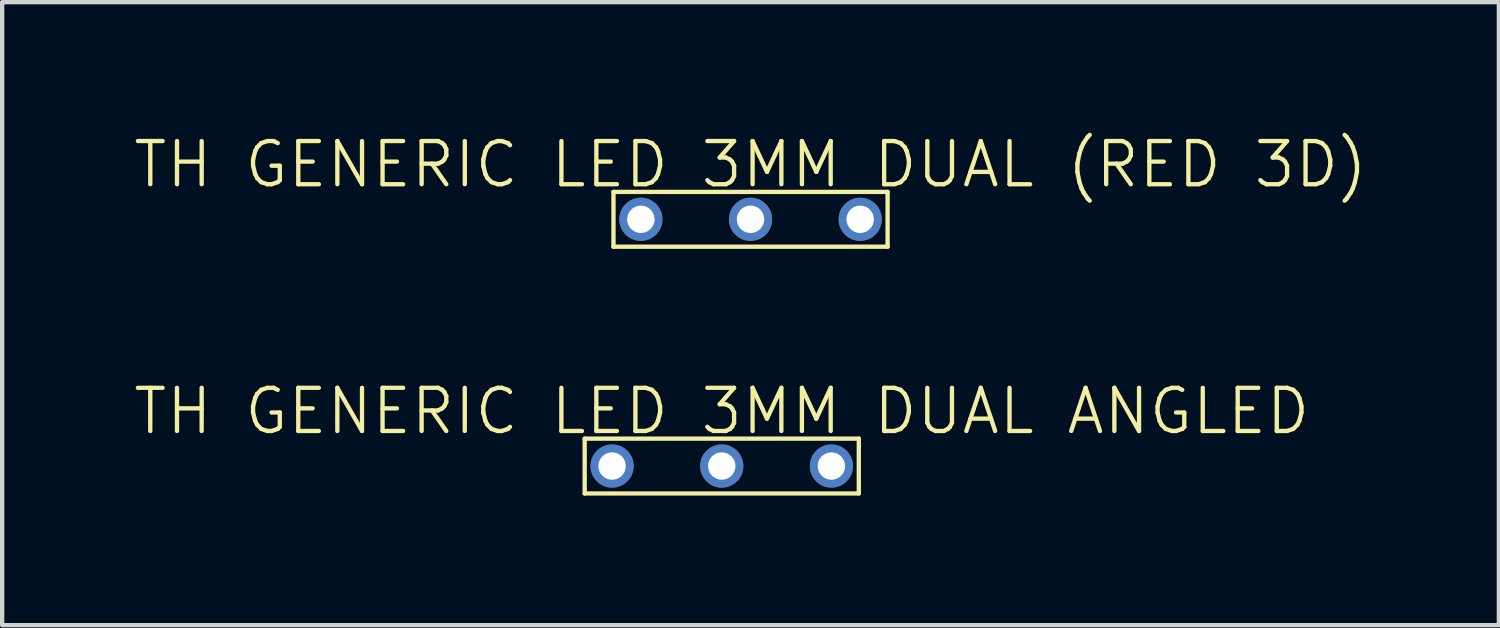
<source format=kicad_pcb>
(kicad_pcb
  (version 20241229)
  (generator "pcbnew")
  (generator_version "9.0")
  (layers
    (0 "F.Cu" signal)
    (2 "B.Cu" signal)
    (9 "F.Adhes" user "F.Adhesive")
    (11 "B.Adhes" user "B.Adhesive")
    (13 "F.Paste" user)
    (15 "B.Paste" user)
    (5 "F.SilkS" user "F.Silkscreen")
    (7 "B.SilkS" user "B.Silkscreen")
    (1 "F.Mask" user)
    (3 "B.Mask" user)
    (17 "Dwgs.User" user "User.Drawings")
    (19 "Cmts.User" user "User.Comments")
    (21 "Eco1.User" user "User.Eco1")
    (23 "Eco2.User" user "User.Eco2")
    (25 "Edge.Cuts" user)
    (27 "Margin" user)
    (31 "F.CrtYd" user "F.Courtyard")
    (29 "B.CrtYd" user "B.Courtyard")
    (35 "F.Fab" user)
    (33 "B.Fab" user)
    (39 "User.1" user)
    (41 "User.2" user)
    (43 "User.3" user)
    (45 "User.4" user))
  (footprint "TH GENERIC LED 3MM DUAL (RED 3D)"
    (layer "F.Cu")
    (at 14.336 2.03)
    (property "Reference" "TH GENERIC LED 3MM DUAL (RED 3D)" (at 0 -1.27 0) (unlocked yes) (layer "F.SilkS") (effects (font (size 1 1) (thickness 0.1))))
    (attr through_hole)
    (fp_line (start -3.175 -0.635) (end 3.175 -0.635) (stroke (width 0.1) (type default)) (layer "F.SilkS"))
    (fp_line (start -3.175 0.635) (end -3.175 -0.635) (stroke (width 0.1) (type default)) (layer "F.SilkS"))
    (fp_line (start 3.175 -0.635) (end 3.175 0.635) (stroke (width 0.1) (type default)) (layer "F.SilkS"))
    (fp_line (start 3.175 0.635) (end -3.175 0.635) (stroke (width 0.1) (type default)) (layer "F.SilkS"))
    (pad "1" thru_hole circle (at -2.54 0) (size 1 1) (drill 0.635) (layers "*.Cu" "*.Mask"))
    (pad "2" thru_hole circle (at 0 0) (size 1 1) (drill 0.635) (layers "*.Cu" "*.Mask"))
    (pad "3" thru_hole circle (at 2.54 0) (size 1 1) (drill 0.635) (layers "*.Cu" "*.Mask")))
  (footprint "TH GENERIC LED 3MM DUAL ANGLED"
    (layer "F.Cu")
    (at 13.669 7.746)
    (property "Reference" "TH GENERIC LED 3MM DUAL ANGLED" (at 0 -1.27 0) (unlocked yes) (layer "F.SilkS") (effects (font (size 1 1) (thickness 0.1))))
    (attr through_hole)
    (fp_line (start -3.175 -0.635) (end 3.175 -0.635) (stroke (width 0.1) (type default)) (layer "F.SilkS"))
    (fp_line (start -3.175 0.635) (end -3.175 -0.635) (stroke (width 0.1) (type default)) (layer "F.SilkS"))
    (fp_line (start 3.175 -0.635) (end 3.175 0.635) (stroke (width 0.1) (type default)) (layer "F.SilkS"))
    (fp_line (start 3.175 0.635) (end -3.175 0.635) (stroke (width 0.1) (type default)) (layer "F.SilkS"))
    (pad "1" thru_hole circle (at -2.54 0) (size 1 1) (drill 0.635) (layers "*.Cu" "*.Mask"))
    (pad "2" thru_hole circle (at 0 0) (size 1 1) (drill 0.635) (layers "*.Cu" "*.Mask"))
    (pad "3" thru_hole circle (at 2.54 0) (size 1 1) (drill 0.635) (layers "*.Cu" "*.Mask")))
  (gr_rect
    (start -3 -3)
    (end 31.671 11.431)
    (stroke (width 0.1) (type default))
    (fill no)
    (layer "Edge.Cuts")))
</source>
